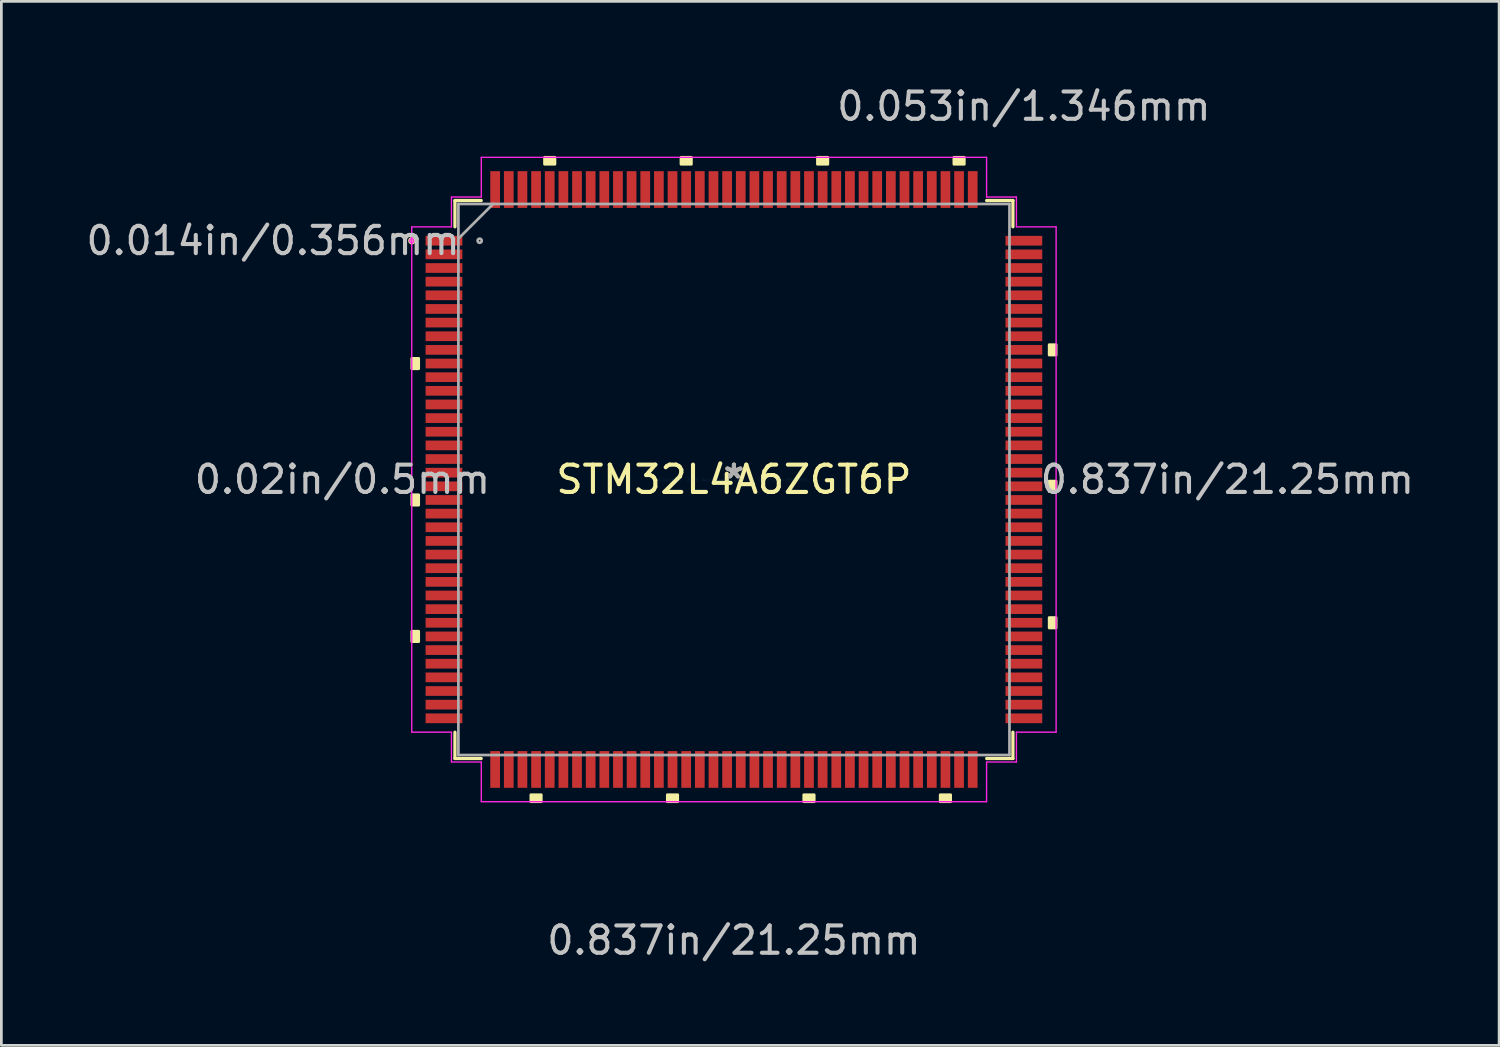
<source format=kicad_pcb>
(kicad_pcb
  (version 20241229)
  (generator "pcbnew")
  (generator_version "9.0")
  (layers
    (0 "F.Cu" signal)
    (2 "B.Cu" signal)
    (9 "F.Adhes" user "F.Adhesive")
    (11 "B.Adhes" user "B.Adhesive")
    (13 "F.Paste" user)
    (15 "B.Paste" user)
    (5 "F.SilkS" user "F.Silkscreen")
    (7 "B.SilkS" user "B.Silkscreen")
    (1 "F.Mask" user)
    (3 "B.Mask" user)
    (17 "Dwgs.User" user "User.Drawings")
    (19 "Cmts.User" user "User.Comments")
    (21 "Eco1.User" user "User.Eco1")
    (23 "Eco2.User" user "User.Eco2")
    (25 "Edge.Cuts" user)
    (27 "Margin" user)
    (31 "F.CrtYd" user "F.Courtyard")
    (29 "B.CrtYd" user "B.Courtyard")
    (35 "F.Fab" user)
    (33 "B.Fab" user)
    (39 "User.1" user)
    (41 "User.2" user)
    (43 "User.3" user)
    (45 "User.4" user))
  (footprint "STM32L4A6ZGT6P"
    (layer "F.Cu")
    (at 23.844 14.521)
    (property "Reference" "STM32L4A6ZGT6P" (at 0 0 0) (layer "F.SilkS") (effects (font (size 1 1) (thickness 0.15))))
    (attr through_hole)
    (fp_line (start -10.223 -10.223) (end -10.223 -9.261) (stroke (width 0.12) (type solid)) (layer "F.SilkS"))
    (fp_line (start -10.223 9.261) (end -10.223 10.223) (stroke (width 0.12) (type solid)) (layer "F.SilkS"))
    (fp_line (start -10.223 10.223) (end -9.261 10.223) (stroke (width 0.12) (type solid)) (layer "F.SilkS"))
    (fp_line (start -9.261 -10.223) (end -10.223 -10.223) (stroke (width 0.12) (type solid)) (layer "F.SilkS"))
    (fp_line (start 9.261 10.223) (end 10.223 10.223) (stroke (width 0.12) (type solid)) (layer "F.SilkS"))
    (fp_line (start 10.223 -10.223) (end 9.261 -10.223) (stroke (width 0.12) (type solid)) (layer "F.SilkS"))
    (fp_line (start 10.223 -9.261) (end 10.223 -10.223) (stroke (width 0.12) (type solid)) (layer "F.SilkS"))
    (fp_line (start 10.223 10.223) (end 10.223 9.261) (stroke (width 0.12) (type solid)) (layer "F.SilkS"))
    (fp_circle (center -11.802 -8.75) (end -11.726 -8.75) (stroke (width 0.12) (type solid)) (fill no) (layer "F.SilkS"))
    (fp_poly (pts (xy -11.806 -4.44) (xy -11.806 -4.059) (xy -11.552 -4.059) (xy -11.552 -4.44)) (stroke (width 0.1) (type solid)) (fill yes) (layer "F.SilkS"))
    (fp_poly (pts (xy -11.806 0.56) (xy -11.806 0.941) (xy -11.552 0.941) (xy -11.552 0.56)) (stroke (width 0.1) (type solid)) (fill yes) (layer "F.SilkS"))
    (fp_poly (pts (xy -11.806 5.56) (xy -11.806 5.941) (xy -11.552 5.941) (xy -11.552 5.56)) (stroke (width 0.1) (type solid)) (fill yes) (layer "F.SilkS"))
    (fp_poly (pts (xy -7.441 11.552) (xy -7.441 11.806) (xy -7.06 11.806) (xy -7.06 11.552)) (stroke (width 0.1) (type solid)) (fill yes) (layer "F.SilkS"))
    (fp_poly (pts (xy -6.94 -11.552) (xy -6.94 -11.806) (xy -6.559 -11.806) (xy -6.559 -11.552)) (stroke (width 0.1) (type solid)) (fill yes) (layer "F.SilkS"))
    (fp_poly (pts (xy -2.441 11.552) (xy -2.441 11.806) (xy -2.06 11.806) (xy -2.06 11.552)) (stroke (width 0.1) (type solid)) (fill yes) (layer "F.SilkS"))
    (fp_poly (pts (xy -1.94 -11.552) (xy -1.94 -11.806) (xy -1.559 -11.806) (xy -1.559 -11.552)) (stroke (width 0.1) (type solid)) (fill yes) (layer "F.SilkS"))
    (fp_poly (pts (xy 2.559 11.552) (xy 2.559 11.806) (xy 2.941 11.806) (xy 2.941 11.552)) (stroke (width 0.1) (type solid)) (fill yes) (layer "F.SilkS"))
    (fp_poly (pts (xy 3.06 -11.552) (xy 3.06 -11.806) (xy 3.441 -11.806) (xy 3.441 -11.552)) (stroke (width 0.1) (type solid)) (fill yes) (layer "F.SilkS"))
    (fp_poly (pts (xy 7.559 11.552) (xy 7.559 11.806) (xy 7.941 11.806) (xy 7.941 11.552)) (stroke (width 0.1) (type solid)) (fill yes) (layer "F.SilkS"))
    (fp_poly (pts (xy 8.06 -11.552) (xy 8.06 -11.806) (xy 8.441 -11.806) (xy 8.441 -11.552)) (stroke (width 0.1) (type solid)) (fill yes) (layer "F.SilkS"))
    (fp_poly (pts (xy 11.806 -4.941) (xy 11.806 -4.56) (xy 11.552 -4.56) (xy 11.552 -4.941)) (stroke (width 0.1) (type solid)) (fill yes) (layer "F.SilkS"))
    (fp_poly (pts (xy 11.806 0.059) (xy 11.806 0.441) (xy 11.552 0.441) (xy 11.552 0.059)) (stroke (width 0.1) (type solid)) (fill yes) (layer "F.SilkS"))
    (fp_poly (pts (xy 11.806 5.059) (xy 11.806 5.441) (xy 11.552 5.441) (xy 11.552 5.059)) (stroke (width 0.1) (type solid)) (fill yes) (layer "F.SilkS"))
    (fp_line (start -11.806 -9.258) (end -10.351 -9.258) (stroke (width 0.05) (type solid)) (layer "F.CrtYd"))
    (fp_line (start -11.806 9.258) (end -11.806 -9.258) (stroke (width 0.05) (type solid)) (layer "F.CrtYd"))
    (fp_line (start -10.351 -10.351) (end -9.258 -10.351) (stroke (width 0.05) (type solid)) (layer "F.CrtYd"))
    (fp_line (start -10.351 -9.258) (end -10.351 -10.351) (stroke (width 0.05) (type solid)) (layer "F.CrtYd"))
    (fp_line (start -10.351 9.258) (end -11.806 9.258) (stroke (width 0.05) (type solid)) (layer "F.CrtYd"))
    (fp_line (start -10.351 10.351) (end -10.351 9.258) (stroke (width 0.05) (type solid)) (layer "F.CrtYd"))
    (fp_line (start -9.258 -11.806) (end 9.258 -11.806) (stroke (width 0.05) (type solid)) (layer "F.CrtYd"))
    (fp_line (start -9.258 -10.351) (end -9.258 -11.806) (stroke (width 0.05) (type solid)) (layer "F.CrtYd"))
    (fp_line (start -9.258 10.351) (end -10.351 10.351) (stroke (width 0.05) (type solid)) (layer "F.CrtYd"))
    (fp_line (start -9.258 11.806) (end -9.258 10.351) (stroke (width 0.05) (type solid)) (layer "F.CrtYd"))
    (fp_line (start 9.258 -11.806) (end 9.258 -10.351) (stroke (width 0.05) (type solid)) (layer "F.CrtYd"))
    (fp_line (start 9.258 -10.351) (end 10.351 -10.351) (stroke (width 0.05) (type solid)) (layer "F.CrtYd"))
    (fp_line (start 9.258 10.351) (end 9.258 11.806) (stroke (width 0.05) (type solid)) (layer "F.CrtYd"))
    (fp_line (start 9.258 11.806) (end -9.258 11.806) (stroke (width 0.05) (type solid)) (layer "F.CrtYd"))
    (fp_line (start 10.351 -10.351) (end 10.351 -9.258) (stroke (width 0.05) (type solid)) (layer "F.CrtYd"))
    (fp_line (start 10.351 -9.258) (end 11.806 -9.258) (stroke (width 0.05) (type solid)) (layer "F.CrtYd"))
    (fp_line (start 10.351 9.258) (end 10.351 10.351) (stroke (width 0.05) (type solid)) (layer "F.CrtYd"))
    (fp_line (start 10.351 10.351) (end 9.258 10.351) (stroke (width 0.05) (type solid)) (layer "F.CrtYd"))
    (fp_line (start 11.806 -9.258) (end 11.806 9.258) (stroke (width 0.05) (type solid)) (layer "F.CrtYd"))
    (fp_line (start 11.806 9.258) (end 10.351 9.258) (stroke (width 0.05) (type solid)) (layer "F.CrtYd"))
    (fp_circle (center -11.802 -8.75) (end -11.726 -8.75) (stroke (width 0.05) (type solid)) (fill no) (layer "F.CrtYd"))
    (fp_line (start -10.097 -10.097) (end -10.097 10.097) (stroke (width 0.1) (type solid)) (layer "F.Fab"))
    (fp_line (start -10.097 -8.826) (end -8.826 -10.097) (stroke (width 0.1) (type solid)) (layer "F.Fab"))
    (fp_line (start -10.097 10.097) (end 10.097 10.097) (stroke (width 0.1) (type solid)) (layer "F.Fab"))
    (fp_line (start 10.097 -10.097) (end -10.097 -10.097) (stroke (width 0.1) (type solid)) (layer "F.Fab"))
    (fp_line (start 10.097 10.097) (end 10.097 -10.097) (stroke (width 0.1) (type solid)) (layer "F.Fab"))
    (fp_circle (center -9.317 -8.75) (end -9.241 -8.75) (stroke (width 0.1) (type solid)) (fill no) (layer "F.Fab"))
    (fp_text user "*" (at 0 0 0) (layer "F.SilkS") (effects (font (size 1 1) (thickness 0.15))))
    (fp_text user "0.014in/0.356mm" (at -16.886 -8.75 0) (layer "Dwgs.User") (effects (font (size 1 1) (thickness 0.15))))
    (fp_text user "0.053in/1.346mm" (at 10.625 -13.673 0) (layer "Dwgs.User") (effects (font (size 1 1) (thickness 0.15))))
    (fp_text user "0.02in/0.5mm" (at -14.346 0 0) (layer "Dwgs.User") (effects (font (size 1 1) (thickness 0.15))))
    (fp_text user "0.837in/21.25mm" (at 18.08 0 0) (layer "Dwgs.User") (effects (font (size 1 1) (thickness 0.15))))
    (fp_text user "0.837in/21.25mm" (at 0 16.886 0) (layer "Dwgs.User") (effects (font (size 1 1) (thickness 0.15))))
    (fp_text user "Copyright 2021 Accelerated Designs. All rights reserved." (at 0 0 0) (layer "Cmts.User") (effects (font (size 0.127 0.127) (thickness 0.002))))
    (fp_text user "*" (at 0 0 0) (layer "F.Fab") (effects (font (size 1 1) (thickness 0.15))))
    (pad "1" smd rect (at -10.625 -8.75) (size 1.346 0.356) (layers "F.Cu" "F.Mask" "F.Paste"))
    (pad "2" smd rect (at -10.625 -8.25) (size 1.346 0.356) (layers "F.Cu" "F.Mask" "F.Paste"))
    (pad "3" smd rect (at -10.625 -7.75) (size 1.346 0.356) (layers "F.Cu" "F.Mask" "F.Paste"))
    (pad "4" smd rect (at -10.625 -7.25) (size 1.346 0.356) (layers "F.Cu" "F.Mask" "F.Paste"))
    (pad "5" smd rect (at -10.625 -6.75) (size 1.346 0.356) (layers "F.Cu" "F.Mask" "F.Paste"))
    (pad "6" smd rect (at -10.625 -6.25) (size 1.346 0.356) (layers "F.Cu" "F.Mask" "F.Paste"))
    (pad "7" smd rect (at -10.625 -5.75) (size 1.346 0.356) (layers "F.Cu" "F.Mask" "F.Paste"))
    (pad "8" smd rect (at -10.625 -5.25) (size 1.346 0.356) (layers "F.Cu" "F.Mask" "F.Paste"))
    (pad "9" smd rect (at -10.625 -4.75) (size 1.346 0.356) (layers "F.Cu" "F.Mask" "F.Paste"))
    (pad "10" smd rect (at -10.625 -4.25) (size 1.346 0.356) (layers "F.Cu" "F.Mask" "F.Paste"))
    (pad "11" smd rect (at -10.625 -3.75) (size 1.346 0.356) (layers "F.Cu" "F.Mask" "F.Paste"))
    (pad "12" smd rect (at -10.625 -3.25) (size 1.346 0.356) (layers "F.Cu" "F.Mask" "F.Paste"))
    (pad "13" smd rect (at -10.625 -2.75) (size 1.346 0.356) (layers "F.Cu" "F.Mask" "F.Paste"))
    (pad "14" smd rect (at -10.625 -2.25) (size 1.346 0.356) (layers "F.Cu" "F.Mask" "F.Paste"))
    (pad "15" smd rect (at -10.625 -1.75) (size 1.346 0.356) (layers "F.Cu" "F.Mask" "F.Paste"))
    (pad "16" smd rect (at -10.625 -1.25) (size 1.346 0.356) (layers "F.Cu" "F.Mask" "F.Paste"))
    (pad "17" smd rect (at -10.625 -0.75) (size 1.346 0.356) (layers "F.Cu" "F.Mask" "F.Paste"))
    (pad "18" smd rect (at -10.625 -0.25) (size 1.346 0.356) (layers "F.Cu" "F.Mask" "F.Paste"))
    (pad "19" smd rect (at -10.625 0.25) (size 1.346 0.356) (layers "F.Cu" "F.Mask" "F.Paste"))
    (pad "20" smd rect (at -10.625 0.75) (size 1.346 0.356) (layers "F.Cu" "F.Mask" "F.Paste"))
    (pad "21" smd rect (at -10.625 1.25) (size 1.346 0.356) (layers "F.Cu" "F.Mask" "F.Paste"))
    (pad "22" smd rect (at -10.625 1.75) (size 1.346 0.356) (layers "F.Cu" "F.Mask" "F.Paste"))
    (pad "23" smd rect (at -10.625 2.25) (size 1.346 0.356) (layers "F.Cu" "F.Mask" "F.Paste"))
    (pad "24" smd rect (at -10.625 2.75) (size 1.346 0.356) (layers "F.Cu" "F.Mask" "F.Paste"))
    (pad "25" smd rect (at -10.625 3.25) (size 1.346 0.356) (layers "F.Cu" "F.Mask" "F.Paste"))
    (pad "26" smd rect (at -10.625 3.75) (size 1.346 0.356) (layers "F.Cu" "F.Mask" "F.Paste"))
    (pad "27" smd rect (at -10.625 4.25) (size 1.346 0.356) (layers "F.Cu" "F.Mask" "F.Paste"))
    (pad "28" smd rect (at -10.625 4.75) (size 1.346 0.356) (layers "F.Cu" "F.Mask" "F.Paste"))
    (pad "29" smd rect (at -10.625 5.25) (size 1.346 0.356) (layers "F.Cu" "F.Mask" "F.Paste"))
    (pad "30" smd rect (at -10.625 5.75) (size 1.346 0.356) (layers "F.Cu" "F.Mask" "F.Paste"))
    (pad "31" smd rect (at -10.625 6.25) (size 1.346 0.356) (layers "F.Cu" "F.Mask" "F.Paste"))
    (pad "32" smd rect (at -10.625 6.75) (size 1.346 0.356) (layers "F.Cu" "F.Mask" "F.Paste"))
    (pad "33" smd rect (at -10.625 7.25) (size 1.346 0.356) (layers "F.Cu" "F.Mask" "F.Paste"))
    (pad "34" smd rect (at -10.625 7.75) (size 1.346 0.356) (layers "F.Cu" "F.Mask" "F.Paste"))
    (pad "35" smd rect (at -10.625 8.25) (size 1.346 0.356) (layers "F.Cu" "F.Mask" "F.Paste"))
    (pad "36" smd rect (at -10.625 8.75) (size 1.346 0.356) (layers "F.Cu" "F.Mask" "F.Paste"))
    (pad "37" smd rect (at -8.75 10.625 90) (size 1.346 0.356) (layers "F.Cu" "F.Mask" "F.Paste"))
    (pad "38" smd rect (at -8.25 10.625 90) (size 1.346 0.356) (layers "F.Cu" "F.Mask" "F.Paste"))
    (pad "39" smd rect (at -7.75 10.625 90) (size 1.346 0.356) (layers "F.Cu" "F.Mask" "F.Paste"))
    (pad "40" smd rect (at -7.25 10.625 90) (size 1.346 0.356) (layers "F.Cu" "F.Mask" "F.Paste"))
    (pad "41" smd rect (at -6.75 10.625 90) (size 1.346 0.356) (layers "F.Cu" "F.Mask" "F.Paste"))
    (pad "42" smd rect (at -6.25 10.625 90) (size 1.346 0.356) (layers "F.Cu" "F.Mask" "F.Paste"))
    (pad "43" smd rect (at -5.75 10.625 90) (size 1.346 0.356) (layers "F.Cu" "F.Mask" "F.Paste"))
    (pad "44" smd rect (at -5.25 10.625 90) (size 1.346 0.356) (layers "F.Cu" "F.Mask" "F.Paste"))
    (pad "45" smd rect (at -4.75 10.625 90) (size 1.346 0.356) (layers "F.Cu" "F.Mask" "F.Paste"))
    (pad "46" smd rect (at -4.25 10.625 90) (size 1.346 0.356) (layers "F.Cu" "F.Mask" "F.Paste"))
    (pad "47" smd rect (at -3.75 10.625 90) (size 1.346 0.356) (layers "F.Cu" "F.Mask" "F.Paste"))
    (pad "48" smd rect (at -3.25 10.625 90) (size 1.346 0.356) (layers "F.Cu" "F.Mask" "F.Paste"))
    (pad "49" smd rect (at -2.75 10.625 90) (size 1.346 0.356) (layers "F.Cu" "F.Mask" "F.Paste"))
    (pad "50" smd rect (at -2.25 10.625 90) (size 1.346 0.356) (layers "F.Cu" "F.Mask" "F.Paste"))
    (pad "51" smd rect (at -1.75 10.625 90) (size 1.346 0.356) (layers "F.Cu" "F.Mask" "F.Paste"))
    (pad "52" smd rect (at -1.25 10.625 90) (size 1.346 0.356) (layers "F.Cu" "F.Mask" "F.Paste"))
    (pad "53" smd rect (at -0.75 10.625 90) (size 1.346 0.356) (layers "F.Cu" "F.Mask" "F.Paste"))
    (pad "54" smd rect (at -0.25 10.625 90) (size 1.346 0.356) (layers "F.Cu" "F.Mask" "F.Paste"))
    (pad "55" smd rect (at 0.25 10.625 90) (size 1.346 0.356) (layers "F.Cu" "F.Mask" "F.Paste"))
    (pad "56" smd rect (at 0.75 10.625 90) (size 1.346 0.356) (layers "F.Cu" "F.Mask" "F.Paste"))
    (pad "57" smd rect (at 1.25 10.625 90) (size 1.346 0.356) (layers "F.Cu" "F.Mask" "F.Paste"))
    (pad "58" smd rect (at 1.75 10.625 90) (size 1.346 0.356) (layers "F.Cu" "F.Mask" "F.Paste"))
    (pad "59" smd rect (at 2.25 10.625 90) (size 1.346 0.356) (layers "F.Cu" "F.Mask" "F.Paste"))
    (pad "60" smd rect (at 2.75 10.625 90) (size 1.346 0.356) (layers "F.Cu" "F.Mask" "F.Paste"))
    (pad "61" smd rect (at 3.25 10.625 90) (size 1.346 0.356) (layers "F.Cu" "F.Mask" "F.Paste"))
    (pad "62" smd rect (at 3.75 10.625 90) (size 1.346 0.356) (layers "F.Cu" "F.Mask" "F.Paste"))
    (pad "63" smd rect (at 4.25 10.625 90) (size 1.346 0.356) (layers "F.Cu" "F.Mask" "F.Paste"))
    (pad "64" smd rect (at 4.75 10.625 90) (size 1.346 0.356) (layers "F.Cu" "F.Mask" "F.Paste"))
    (pad "65" smd rect (at 5.25 10.625 90) (size 1.346 0.356) (layers "F.Cu" "F.Mask" "F.Paste"))
    (pad "66" smd rect (at 5.75 10.625 90) (size 1.346 0.356) (layers "F.Cu" "F.Mask" "F.Paste"))
    (pad "67" smd rect (at 6.25 10.625 90) (size 1.346 0.356) (layers "F.Cu" "F.Mask" "F.Paste"))
    (pad "68" smd rect (at 6.75 10.625 90) (size 1.346 0.356) (layers "F.Cu" "F.Mask" "F.Paste"))
    (pad "69" smd rect (at 7.25 10.625 90) (size 1.346 0.356) (layers "F.Cu" "F.Mask" "F.Paste"))
    (pad "70" smd rect (at 7.75 10.625 90) (size 1.346 0.356) (layers "F.Cu" "F.Mask" "F.Paste"))
    (pad "71" smd rect (at 8.25 10.625 90) (size 1.346 0.356) (layers "F.Cu" "F.Mask" "F.Paste"))
    (pad "72" smd rect (at 8.75 10.625 90) (size 1.346 0.356) (layers "F.Cu" "F.Mask" "F.Paste"))
    (pad "73" smd rect (at 10.625 8.75) (size 1.346 0.356) (layers "F.Cu" "F.Mask" "F.Paste"))
    (pad "74" smd rect (at 10.625 8.25) (size 1.346 0.356) (layers "F.Cu" "F.Mask" "F.Paste"))
    (pad "75" smd rect (at 10.625 7.75) (size 1.346 0.356) (layers "F.Cu" "F.Mask" "F.Paste"))
    (pad "76" smd rect (at 10.625 7.25) (size 1.346 0.356) (layers "F.Cu" "F.Mask" "F.Paste"))
    (pad "77" smd rect (at 10.625 6.75) (size 1.346 0.356) (layers "F.Cu" "F.Mask" "F.Paste"))
    (pad "78" smd rect (at 10.625 6.25) (size 1.346 0.356) (layers "F.Cu" "F.Mask" "F.Paste"))
    (pad "79" smd rect (at 10.625 5.75) (size 1.346 0.356) (layers "F.Cu" "F.Mask" "F.Paste"))
    (pad "80" smd rect (at 10.625 5.25) (size 1.346 0.356) (layers "F.Cu" "F.Mask" "F.Paste"))
    (pad "81" smd rect (at 10.625 4.75) (size 1.346 0.356) (layers "F.Cu" "F.Mask" "F.Paste"))
    (pad "82" smd rect (at 10.625 4.25) (size 1.346 0.356) (layers "F.Cu" "F.Mask" "F.Paste"))
    (pad "83" smd rect (at 10.625 3.75) (size 1.346 0.356) (layers "F.Cu" "F.Mask" "F.Paste"))
    (pad "84" smd rect (at 10.625 3.25) (size 1.346 0.356) (layers "F.Cu" "F.Mask" "F.Paste"))
    (pad "85" smd rect (at 10.625 2.75) (size 1.346 0.356) (layers "F.Cu" "F.Mask" "F.Paste"))
    (pad "86" smd rect (at 10.625 2.25) (size 1.346 0.356) (layers "F.Cu" "F.Mask" "F.Paste"))
    (pad "87" smd rect (at 10.625 1.75) (size 1.346 0.356) (layers "F.Cu" "F.Mask" "F.Paste"))
    (pad "88" smd rect (at 10.625 1.25) (size 1.346 0.356) (layers "F.Cu" "F.Mask" "F.Paste"))
    (pad "89" smd rect (at 10.625 0.75) (size 1.346 0.356) (layers "F.Cu" "F.Mask" "F.Paste"))
    (pad "90" smd rect (at 10.625 0.25) (size 1.346 0.356) (layers "F.Cu" "F.Mask" "F.Paste"))
    (pad "91" smd rect (at 10.625 -0.25) (size 1.346 0.356) (layers "F.Cu" "F.Mask" "F.Paste"))
    (pad "92" smd rect (at 10.625 -0.75) (size 1.346 0.356) (layers "F.Cu" "F.Mask" "F.Paste"))
    (pad "93" smd rect (at 10.625 -1.25) (size 1.346 0.356) (layers "F.Cu" "F.Mask" "F.Paste"))
    (pad "94" smd rect (at 10.625 -1.75) (size 1.346 0.356) (layers "F.Cu" "F.Mask" "F.Paste"))
    (pad "95" smd rect (at 10.625 -2.25) (size 1.346 0.356) (layers "F.Cu" "F.Mask" "F.Paste"))
    (pad "96" smd rect (at 10.625 -2.75) (size 1.346 0.356) (layers "F.Cu" "F.Mask" "F.Paste"))
    (pad "97" smd rect (at 10.625 -3.25) (size 1.346 0.356) (layers "F.Cu" "F.Mask" "F.Paste"))
    (pad "98" smd rect (at 10.625 -3.75) (size 1.346 0.356) (layers "F.Cu" "F.Mask" "F.Paste"))
    (pad "99" smd rect (at 10.625 -4.25) (size 1.346 0.356) (layers "F.Cu" "F.Mask" "F.Paste"))
    (pad "100" smd rect (at 10.625 -4.75) (size 1.346 0.356) (layers "F.Cu" "F.Mask" "F.Paste"))
    (pad "101" smd rect (at 10.625 -5.25) (size 1.346 0.356) (layers "F.Cu" "F.Mask" "F.Paste"))
    (pad "102" smd rect (at 10.625 -5.75) (size 1.346 0.356) (layers "F.Cu" "F.Mask" "F.Paste"))
    (pad "103" smd rect (at 10.625 -6.25) (size 1.346 0.356) (layers "F.Cu" "F.Mask" "F.Paste"))
    (pad "104" smd rect (at 10.625 -6.75) (size 1.346 0.356) (layers "F.Cu" "F.Mask" "F.Paste"))
    (pad "105" smd rect (at 10.625 -7.25) (size 1.346 0.356) (layers "F.Cu" "F.Mask" "F.Paste"))
    (pad "106" smd rect (at 10.625 -7.75) (size 1.346 0.356) (layers "F.Cu" "F.Mask" "F.Paste"))
    (pad "107" smd rect (at 10.625 -8.25) (size 1.346 0.356) (layers "F.Cu" "F.Mask" "F.Paste"))
    (pad "108" smd rect (at 10.625 -8.75) (size 1.346 0.356) (layers "F.Cu" "F.Mask" "F.Paste"))
    (pad "109" smd rect (at 8.75 -10.625 90) (size 1.346 0.356) (layers "F.Cu" "F.Mask" "F.Paste"))
    (pad "110" smd rect (at 8.25 -10.625 90) (size 1.346 0.356) (layers "F.Cu" "F.Mask" "F.Paste"))
    (pad "111" smd rect (at 7.75 -10.625 90) (size 1.346 0.356) (layers "F.Cu" "F.Mask" "F.Paste"))
    (pad "112" smd rect (at 7.25 -10.625 90) (size 1.346 0.356) (layers "F.Cu" "F.Mask" "F.Paste"))
    (pad "113" smd rect (at 6.75 -10.625 90) (size 1.346 0.356) (layers "F.Cu" "F.Mask" "F.Paste"))
    (pad "114" smd rect (at 6.25 -10.625 90) (size 1.346 0.356) (layers "F.Cu" "F.Mask" "F.Paste"))
    (pad "115" smd rect (at 5.75 -10.625 90) (size 1.346 0.356) (layers "F.Cu" "F.Mask" "F.Paste"))
    (pad "116" smd rect (at 5.25 -10.625 90) (size 1.346 0.356) (layers "F.Cu" "F.Mask" "F.Paste"))
    (pad "117" smd rect (at 4.75 -10.625 90) (size 1.346 0.356) (layers "F.Cu" "F.Mask" "F.Paste"))
    (pad "118" smd rect (at 4.25 -10.625 90) (size 1.346 0.356) (layers "F.Cu" "F.Mask" "F.Paste"))
    (pad "119" smd rect (at 3.75 -10.625 90) (size 1.346 0.356) (layers "F.Cu" "F.Mask" "F.Paste"))
    (pad "120" smd rect (at 3.25 -10.625 90) (size 1.346 0.356) (layers "F.Cu" "F.Mask" "F.Paste"))
    (pad "121" smd rect (at 2.75 -10.625 90) (size 1.346 0.356) (layers "F.Cu" "F.Mask" "F.Paste"))
    (pad "122" smd rect (at 2.25 -10.625 90) (size 1.346 0.356) (layers "F.Cu" "F.Mask" "F.Paste"))
    (pad "123" smd rect (at 1.75 -10.625 90) (size 1.346 0.356) (layers "F.Cu" "F.Mask" "F.Paste"))
    (pad "124" smd rect (at 1.25 -10.625 90) (size 1.346 0.356) (layers "F.Cu" "F.Mask" "F.Paste"))
    (pad "125" smd rect (at 0.75 -10.625 90) (size 1.346 0.356) (layers "F.Cu" "F.Mask" "F.Paste"))
    (pad "126" smd rect (at 0.25 -10.625 90) (size 1.346 0.356) (layers "F.Cu" "F.Mask" "F.Paste"))
    (pad "127" smd rect (at -0.25 -10.625 90) (size 1.346 0.356) (layers "F.Cu" "F.Mask" "F.Paste"))
    (pad "128" smd rect (at -0.75 -10.625 90) (size 1.346 0.356) (layers "F.Cu" "F.Mask" "F.Paste"))
    (pad "129" smd rect (at -1.25 -10.625 90) (size 1.346 0.356) (layers "F.Cu" "F.Mask" "F.Paste"))
    (pad "130" smd rect (at -1.75 -10.625 90) (size 1.346 0.356) (layers "F.Cu" "F.Mask" "F.Paste"))
    (pad "131" smd rect (at -2.25 -10.625 90) (size 1.346 0.356) (layers "F.Cu" "F.Mask" "F.Paste"))
    (pad "132" smd rect (at -2.75 -10.625 90) (size 1.346 0.356) (layers "F.Cu" "F.Mask" "F.Paste"))
    (pad "133" smd rect (at -3.25 -10.625 90) (size 1.346 0.356) (layers "F.Cu" "F.Mask" "F.Paste"))
    (pad "134" smd rect (at -3.75 -10.625 90) (size 1.346 0.356) (layers "F.Cu" "F.Mask" "F.Paste"))
    (pad "135" smd rect (at -4.25 -10.625 90) (size 1.346 0.356) (layers "F.Cu" "F.Mask" "F.Paste"))
    (pad "136" smd rect (at -4.75 -10.625 90) (size 1.346 0.356) (layers "F.Cu" "F.Mask" "F.Paste"))
    (pad "137" smd rect (at -5.25 -10.625 90) (size 1.346 0.356) (layers "F.Cu" "F.Mask" "F.Paste"))
    (pad "138" smd rect (at -5.75 -10.625 90) (size 1.346 0.356) (layers "F.Cu" "F.Mask" "F.Paste"))
    (pad "139" smd rect (at -6.25 -10.625 90) (size 1.346 0.356) (layers "F.Cu" "F.Mask" "F.Paste"))
    (pad "140" smd rect (at -6.75 -10.625 90) (size 1.346 0.356) (layers "F.Cu" "F.Mask" "F.Paste"))
    (pad "141" smd rect (at -7.25 -10.625 90) (size 1.346 0.356) (layers "F.Cu" "F.Mask" "F.Paste"))
    (pad "142" smd rect (at -7.75 -10.625 90) (size 1.346 0.356) (layers "F.Cu" "F.Mask" "F.Paste"))
    (pad "143" smd rect (at -8.25 -10.625 90) (size 1.346 0.356) (layers "F.Cu" "F.Mask" "F.Paste"))
    (pad "144" smd rect (at -8.75 -10.625 90) (size 1.346 0.356) (layers "F.Cu" "F.Mask" "F.Paste")))
  (gr_rect
    (start -3 -3)
    (end 51.883 35.256)
    (stroke (width 0.1) (type default))
    (fill no)
    (layer "Edge.Cuts")))
</source>
